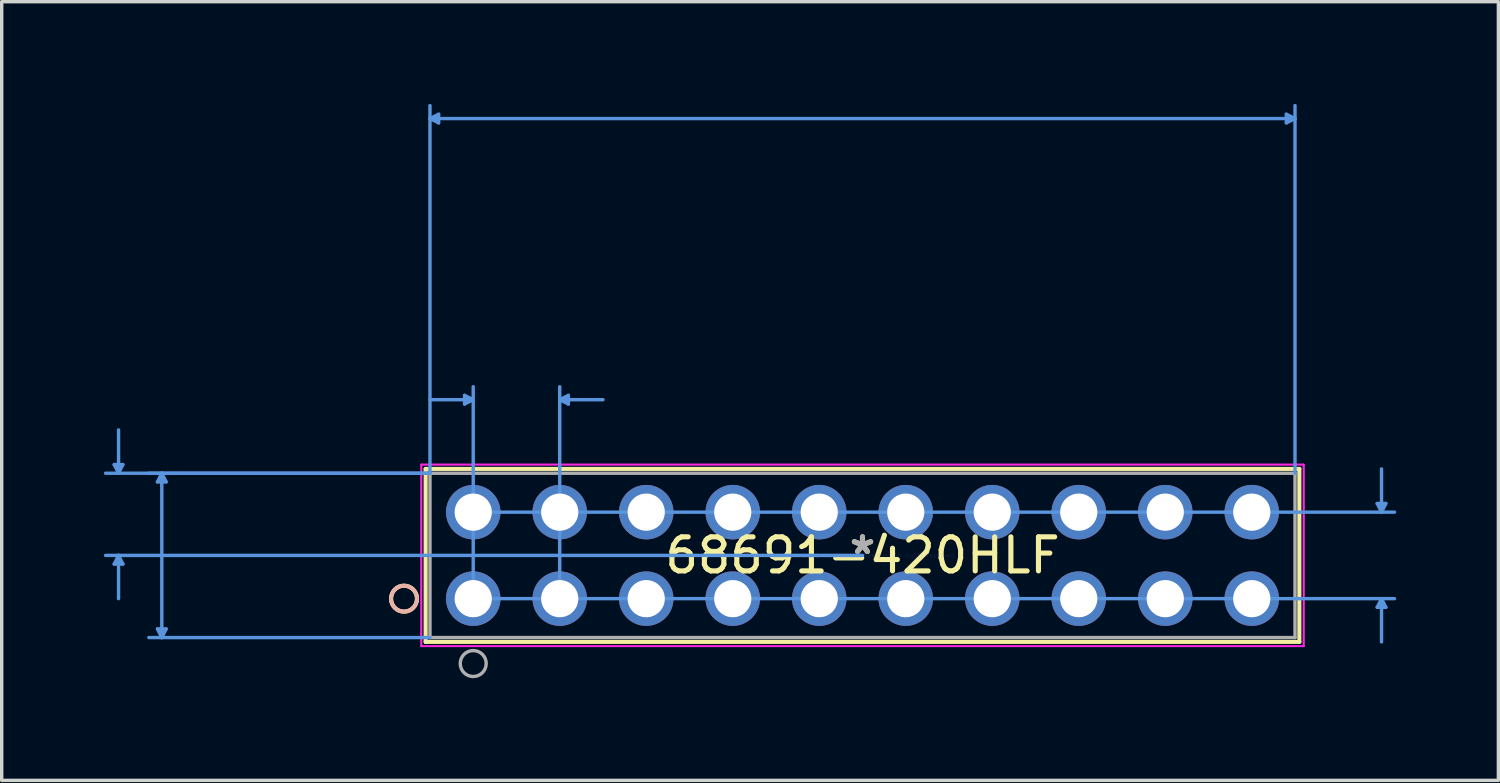
<source format=kicad_pcb>
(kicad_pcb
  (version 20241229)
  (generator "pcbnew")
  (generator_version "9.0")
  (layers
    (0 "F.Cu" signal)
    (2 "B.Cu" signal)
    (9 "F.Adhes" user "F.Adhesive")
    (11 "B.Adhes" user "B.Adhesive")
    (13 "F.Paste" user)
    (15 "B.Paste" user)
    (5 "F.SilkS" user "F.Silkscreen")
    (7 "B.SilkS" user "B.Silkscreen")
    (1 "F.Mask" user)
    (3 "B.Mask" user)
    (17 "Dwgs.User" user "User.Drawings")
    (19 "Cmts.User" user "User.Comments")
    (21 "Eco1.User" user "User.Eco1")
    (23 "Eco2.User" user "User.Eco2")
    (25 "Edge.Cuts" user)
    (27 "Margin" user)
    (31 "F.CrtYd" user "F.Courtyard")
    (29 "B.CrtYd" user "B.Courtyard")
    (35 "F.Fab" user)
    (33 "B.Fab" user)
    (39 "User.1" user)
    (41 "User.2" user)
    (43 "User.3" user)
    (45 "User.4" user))
  (footprint "68691-420HLF"
    (layer "F.Cu")
    (at 22.275 13.258)
    (property "Reference" "68691-420HLF" (at 0 0 0) (layer "F.SilkS") (effects (font (size 1 1) (thickness 0.15))))
    (attr through_hole)
    (fp_line (start -12.827 -2.54) (end -12.827 2.54) (stroke (width 0.12) (type solid)) (layer "F.SilkS"))
    (fp_line (start -12.827 2.54) (end 12.827 2.54) (stroke (width 0.12) (type solid)) (layer "F.SilkS"))
    (fp_line (start 12.827 -2.54) (end -12.827 -2.54) (stroke (width 0.12) (type solid)) (layer "F.SilkS"))
    (fp_line (start 12.827 2.54) (end 12.827 -2.54) (stroke (width 0.12) (type solid)) (layer "F.SilkS"))
    (fp_circle (center -13.462 1.27) (end -13.081 1.27) (stroke (width 0.12) (type solid)) (fill no) (layer "F.SilkS"))
    (fp_circle (center -13.462 1.27) (end -13.081 1.27) (stroke (width 0.12) (type solid)) (fill no) (layer "B.SilkS"))
    (fp_line (start -21.971 -2.667) (end -21.717 -2.667) (stroke (width 0.1) (type solid)) (layer "Cmts.User"))
    (fp_line (start -21.971 0.254) (end -21.717 0.254) (stroke (width 0.1) (type solid)) (layer "Cmts.User"))
    (fp_line (start -21.844 -2.413) (end -21.971 -2.667) (stroke (width 0.1) (type solid)) (layer "Cmts.User"))
    (fp_line (start -21.844 -2.413) (end -21.844 -3.683) (stroke (width 0.1) (type solid)) (layer "Cmts.User"))
    (fp_line (start -21.844 -2.413) (end -21.717 -2.667) (stroke (width 0.1) (type solid)) (layer "Cmts.User"))
    (fp_line (start -21.844 0) (end -21.971 0.254) (stroke (width 0.1) (type solid)) (layer "Cmts.User"))
    (fp_line (start -21.844 0) (end -21.844 1.27) (stroke (width 0.1) (type solid)) (layer "Cmts.User"))
    (fp_line (start -21.844 0) (end -21.717 0.254) (stroke (width 0.1) (type solid)) (layer "Cmts.User"))
    (fp_line (start -20.701 -2.159) (end -20.447 -2.159) (stroke (width 0.1) (type solid)) (layer "Cmts.User"))
    (fp_line (start -20.701 2.159) (end -20.447 2.159) (stroke (width 0.1) (type solid)) (layer "Cmts.User"))
    (fp_line (start -20.574 -2.413) (end -20.701 -2.159) (stroke (width 0.1) (type solid)) (layer "Cmts.User"))
    (fp_line (start -20.574 -2.413) (end -20.574 2.413) (stroke (width 0.1) (type solid)) (layer "Cmts.User"))
    (fp_line (start -20.574 -2.413) (end -20.447 -2.159) (stroke (width 0.1) (type solid)) (layer "Cmts.User"))
    (fp_line (start -20.574 2.413) (end -20.701 2.159) (stroke (width 0.1) (type solid)) (layer "Cmts.User"))
    (fp_line (start -20.574 2.413) (end -20.447 2.159) (stroke (width 0.1) (type solid)) (layer "Cmts.User"))
    (fp_line (start -12.7 -12.827) (end -12.446 -12.954) (stroke (width 0.1) (type solid)) (layer "Cmts.User"))
    (fp_line (start -12.7 -12.827) (end -12.446 -12.7) (stroke (width 0.1) (type solid)) (layer "Cmts.User"))
    (fp_line (start -12.7 -12.827) (end 12.7 -12.827) (stroke (width 0.1) (type solid)) (layer "Cmts.User"))
    (fp_line (start -12.7 -2.413) (end -22.225 -2.413) (stroke (width 0.1) (type solid)) (layer "Cmts.User"))
    (fp_line (start -12.7 -2.413) (end -20.955 -2.413) (stroke (width 0.1) (type solid)) (layer "Cmts.User"))
    (fp_line (start -12.7 -2.413) (end -12.7 -13.208) (stroke (width 0.1) (type solid)) (layer "Cmts.User"))
    (fp_line (start -12.7 2.413) (end -20.955 2.413) (stroke (width 0.1) (type solid)) (layer "Cmts.User"))
    (fp_line (start -12.446 -12.954) (end -12.446 -12.7) (stroke (width 0.1) (type solid)) (layer "Cmts.User"))
    (fp_line (start -11.684 -4.699) (end -11.684 -4.445) (stroke (width 0.1) (type solid)) (layer "Cmts.User"))
    (fp_line (start -11.43 -4.572) (end -12.7 -4.572) (stroke (width 0.1) (type solid)) (layer "Cmts.User"))
    (fp_line (start -11.43 -4.572) (end -11.684 -4.699) (stroke (width 0.1) (type solid)) (layer "Cmts.User"))
    (fp_line (start -11.43 -4.572) (end -11.684 -4.445) (stroke (width 0.1) (type solid)) (layer "Cmts.User"))
    (fp_line (start -11.43 -1.27) (end 15.621 -1.27) (stroke (width 0.1) (type solid)) (layer "Cmts.User"))
    (fp_line (start -11.43 1.27) (end -11.43 -4.953) (stroke (width 0.1) (type solid)) (layer "Cmts.User"))
    (fp_line (start -11.43 1.27) (end 15.621 1.27) (stroke (width 0.1) (type solid)) (layer "Cmts.User"))
    (fp_line (start -8.89 -4.572) (end -8.636 -4.699) (stroke (width 0.1) (type solid)) (layer "Cmts.User"))
    (fp_line (start -8.89 -4.572) (end -8.636 -4.445) (stroke (width 0.1) (type solid)) (layer "Cmts.User"))
    (fp_line (start -8.89 -4.572) (end -7.62 -4.572) (stroke (width 0.1) (type solid)) (layer "Cmts.User"))
    (fp_line (start -8.89 1.27) (end -8.89 -4.953) (stroke (width 0.1) (type solid)) (layer "Cmts.User"))
    (fp_line (start -8.636 -4.699) (end -8.636 -4.445) (stroke (width 0.1) (type solid)) (layer "Cmts.User"))
    (fp_line (start 0 0) (end -22.225 0) (stroke (width 0.1) (type solid)) (layer "Cmts.User"))
    (fp_line (start 12.446 -12.954) (end 12.446 -12.7) (stroke (width 0.1) (type solid)) (layer "Cmts.User"))
    (fp_line (start 12.7 -12.827) (end 12.446 -12.954) (stroke (width 0.1) (type solid)) (layer "Cmts.User"))
    (fp_line (start 12.7 -12.827) (end 12.446 -12.7) (stroke (width 0.1) (type solid)) (layer "Cmts.User"))
    (fp_line (start 12.7 -2.413) (end 12.7 -13.208) (stroke (width 0.1) (type solid)) (layer "Cmts.User"))
    (fp_line (start 15.113 -1.524) (end 15.367 -1.524) (stroke (width 0.1) (type solid)) (layer "Cmts.User"))
    (fp_line (start 15.113 1.524) (end 15.367 1.524) (stroke (width 0.1) (type solid)) (layer "Cmts.User"))
    (fp_line (start 15.24 -1.27) (end 15.113 -1.524) (stroke (width 0.1) (type solid)) (layer "Cmts.User"))
    (fp_line (start 15.24 -1.27) (end 15.24 -2.54) (stroke (width 0.1) (type solid)) (layer "Cmts.User"))
    (fp_line (start 15.24 -1.27) (end 15.367 -1.524) (stroke (width 0.1) (type solid)) (layer "Cmts.User"))
    (fp_line (start 15.24 1.27) (end 15.113 1.524) (stroke (width 0.1) (type solid)) (layer "Cmts.User"))
    (fp_line (start 15.24 1.27) (end 15.24 2.54) (stroke (width 0.1) (type solid)) (layer "Cmts.User"))
    (fp_line (start 15.24 1.27) (end 15.367 1.524) (stroke (width 0.1) (type solid)) (layer "Cmts.User"))
    (fp_line (start -12.954 -2.667) (end -12.954 2.667) (stroke (width 0.05) (type solid)) (layer "F.CrtYd"))
    (fp_line (start -12.954 -2.667) (end -12.954 2.667) (stroke (width 0.05) (type solid)) (layer "F.CrtYd"))
    (fp_line (start -12.954 2.667) (end 12.954 2.667) (stroke (width 0.05) (type solid)) (layer "F.CrtYd"))
    (fp_line (start -12.954 2.667) (end 12.954 2.667) (stroke (width 0.05) (type solid)) (layer "F.CrtYd"))
    (fp_line (start 12.954 -2.667) (end -12.954 -2.667) (stroke (width 0.05) (type solid)) (layer "F.CrtYd"))
    (fp_line (start 12.954 -2.667) (end -12.954 -2.667) (stroke (width 0.05) (type solid)) (layer "F.CrtYd"))
    (fp_line (start 12.954 2.667) (end 12.954 -2.667) (stroke (width 0.05) (type solid)) (layer "F.CrtYd"))
    (fp_line (start 12.954 2.667) (end 12.954 -2.667) (stroke (width 0.05) (type solid)) (layer "F.CrtYd"))
    (fp_line (start -12.7 -2.413) (end -12.7 2.413) (stroke (width 0.1) (type solid)) (layer "F.Fab"))
    (fp_line (start -12.7 2.413) (end 12.7 2.413) (stroke (width 0.1) (type solid)) (layer "F.Fab"))
    (fp_line (start 12.7 -2.413) (end -12.7 -2.413) (stroke (width 0.1) (type solid)) (layer "F.Fab"))
    (fp_line (start 12.7 2.413) (end 12.7 -2.413) (stroke (width 0.1) (type solid)) (layer "F.Fab"))
    (fp_circle (center -11.43 3.175) (end -11.049 3.175) (stroke (width 0.1) (type solid)) (fill no) (layer "F.Fab"))
    (fp_text user "*" (at 0 0 0) (layer "F.SilkS") (effects (font (size 1 1) (thickness 0.15))))
    (fp_text user "Copyright 2021 Accelerated Designs. All rights reserved." (at 0 0 0) (layer "Cmts.User") (effects (font (size 0.127 0.127) (thickness 0.002))))
    (fp_text user "*" (at 0 0 0) (layer "F.Fab") (effects (font (size 1 1) (thickness 0.15))))
    (pad "1" thru_hole circle (at -11.43 1.27) (size 1.6 1.6) (drill 1.092) (layers "*.Cu" "*.Mask"))
    (pad "2" thru_hole circle (at -11.43 -1.27) (size 1.6 1.6) (drill 1.092) (layers "*.Cu" "*.Mask"))
    (pad "3" thru_hole circle (at -8.89 1.27) (size 1.6 1.6) (drill 1.092) (layers "*.Cu" "*.Mask"))
    (pad "4" thru_hole circle (at -8.89 -1.27) (size 1.6 1.6) (drill 1.092) (layers "*.Cu" "*.Mask"))
    (pad "5" thru_hole circle (at -6.35 1.27) (size 1.6 1.6) (drill 1.092) (layers "*.Cu" "*.Mask"))
    (pad "6" thru_hole circle (at -6.35 -1.27) (size 1.6 1.6) (drill 1.092) (layers "*.Cu" "*.Mask"))
    (pad "7" thru_hole circle (at -3.81 1.27) (size 1.6 1.6) (drill 1.092) (layers "*.Cu" "*.Mask"))
    (pad "8" thru_hole circle (at -3.81 -1.27) (size 1.6 1.6) (drill 1.092) (layers "*.Cu" "*.Mask"))
    (pad "9" thru_hole circle (at -1.27 1.27) (size 1.6 1.6) (drill 1.092) (layers "*.Cu" "*.Mask"))
    (pad "10" thru_hole circle (at -1.27 -1.27) (size 1.6 1.6) (drill 1.092) (layers "*.Cu" "*.Mask"))
    (pad "11" thru_hole circle (at 1.27 1.27) (size 1.6 1.6) (drill 1.092) (layers "*.Cu" "*.Mask"))
    (pad "12" thru_hole circle (at 1.27 -1.27) (size 1.6 1.6) (drill 1.092) (layers "*.Cu" "*.Mask"))
    (pad "13" thru_hole circle (at 3.81 1.27) (size 1.6 1.6) (drill 1.092) (layers "*.Cu" "*.Mask"))
    (pad "14" thru_hole circle (at 3.81 -1.27) (size 1.6 1.6) (drill 1.092) (layers "*.Cu" "*.Mask"))
    (pad "15" thru_hole circle (at 6.35 1.27) (size 1.6 1.6) (drill 1.092) (layers "*.Cu" "*.Mask"))
    (pad "16" thru_hole circle (at 6.35 -1.27) (size 1.6 1.6) (drill 1.092) (layers "*.Cu" "*.Mask"))
    (pad "17" thru_hole circle (at 8.89 1.27) (size 1.6 1.6) (drill 1.092) (layers "*.Cu" "*.Mask"))
    (pad "18" thru_hole circle (at 8.89 -1.27) (size 1.6 1.6) (drill 1.092) (layers "*.Cu" "*.Mask"))
    (pad "19" thru_hole circle (at 11.43 1.27) (size 1.6 1.6) (drill 1.092) (layers "*.Cu" "*.Mask"))
    (pad "20" thru_hole circle (at 11.43 -1.27) (size 1.6 1.6) (drill 1.092) (layers "*.Cu" "*.Mask")))
  (gr_rect
    (start -3 -3)
    (end 40.946 19.864)
    (stroke (width 0.1) (type default))
    (fill no)
    (layer "Edge.Cuts")))
</source>
